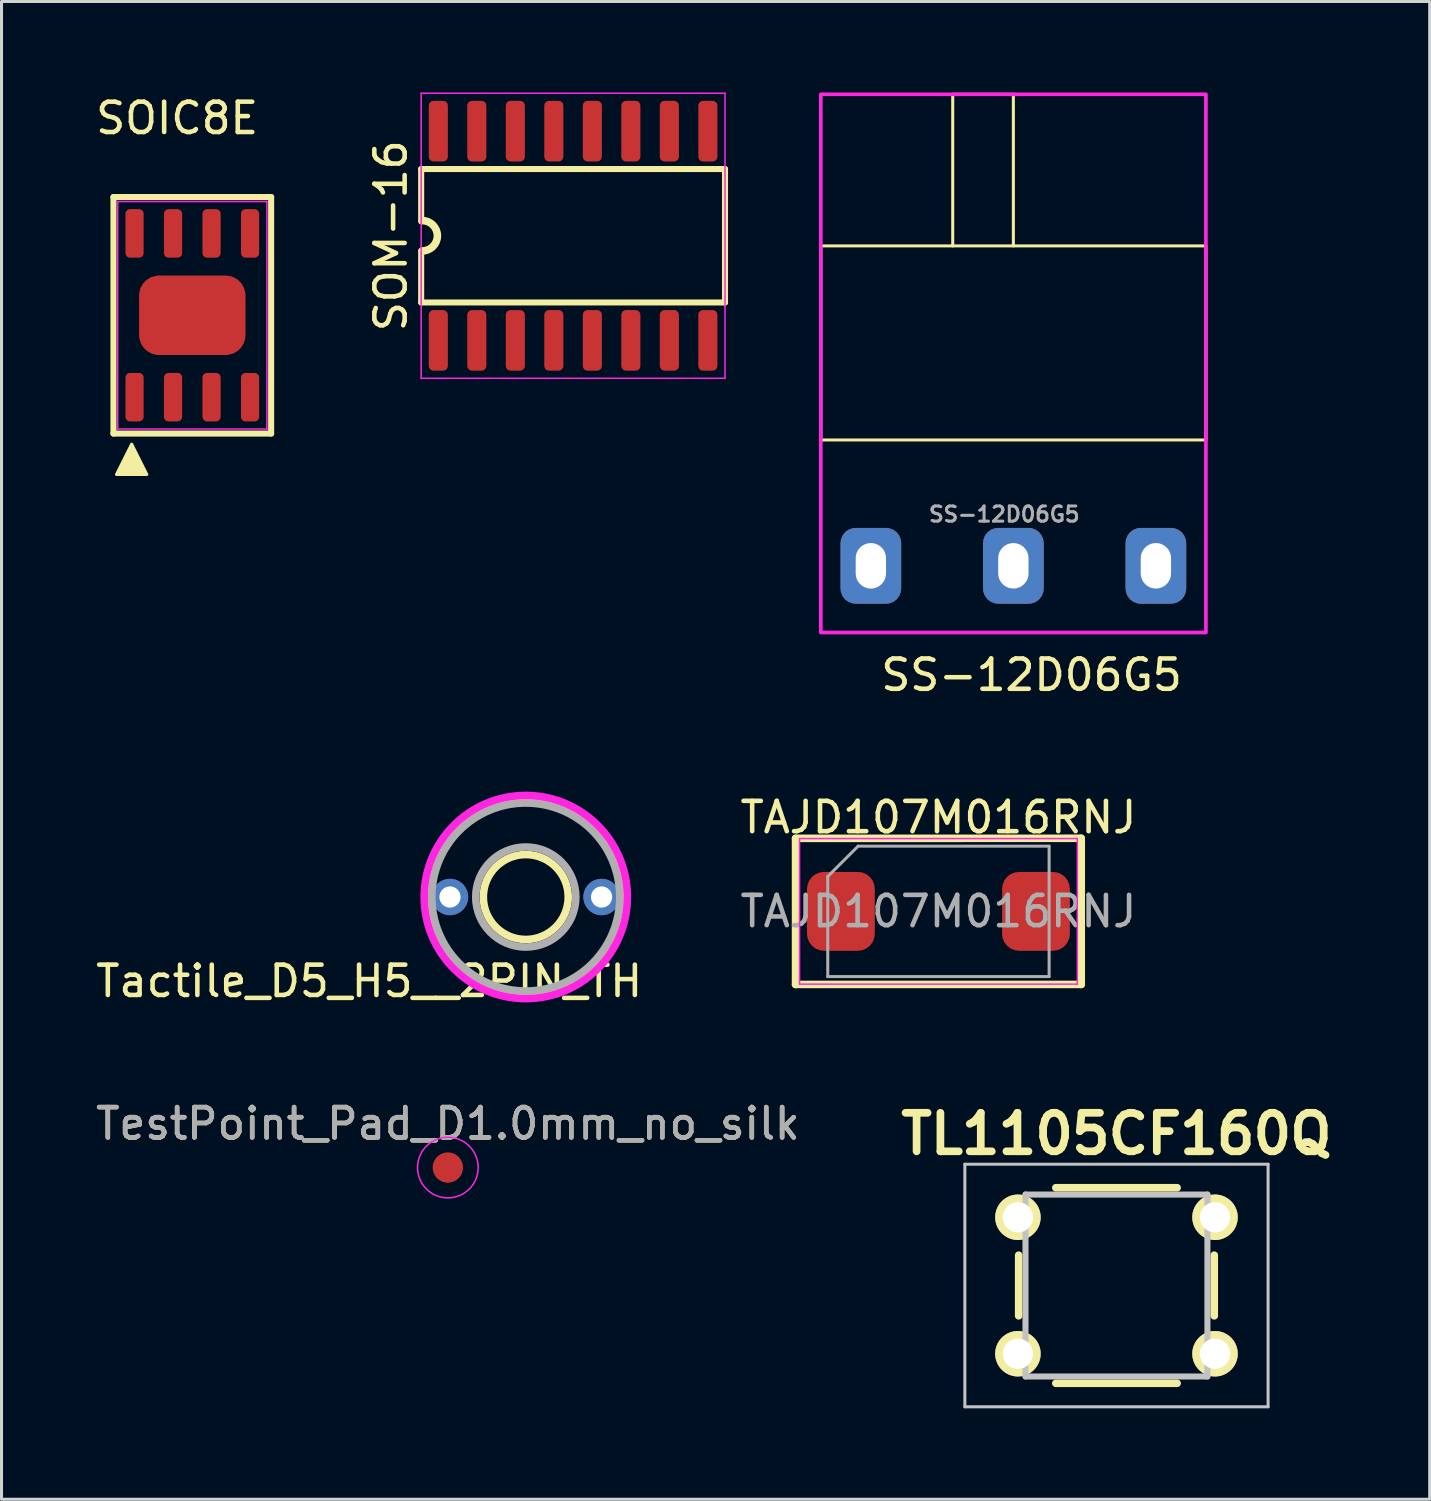
<source format=kicad_pcb>
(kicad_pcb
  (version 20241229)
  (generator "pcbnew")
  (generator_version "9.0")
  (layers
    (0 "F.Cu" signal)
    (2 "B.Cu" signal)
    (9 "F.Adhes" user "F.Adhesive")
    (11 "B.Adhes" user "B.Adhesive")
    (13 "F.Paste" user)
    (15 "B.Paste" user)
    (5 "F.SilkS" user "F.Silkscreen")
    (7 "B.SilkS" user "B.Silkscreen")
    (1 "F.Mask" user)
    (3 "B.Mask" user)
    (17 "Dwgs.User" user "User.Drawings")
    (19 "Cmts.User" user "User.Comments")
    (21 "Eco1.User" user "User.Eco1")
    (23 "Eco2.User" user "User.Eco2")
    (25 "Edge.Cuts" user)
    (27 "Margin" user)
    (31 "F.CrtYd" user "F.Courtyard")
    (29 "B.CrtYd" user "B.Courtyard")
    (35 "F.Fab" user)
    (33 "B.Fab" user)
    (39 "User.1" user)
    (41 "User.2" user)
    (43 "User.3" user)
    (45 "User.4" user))
  (footprint "SOM-16"
    (layer "F.Cu")
    (at 15.85 4.725)
    (property "Reference" "SOM-16" (at -6.01 0 90) (layer "F.SilkS") (effects (font (size 1 1) (thickness 0.15))))
    (attr smd)
    (fp_line (start -5.01 -2.2) (end -5.01 -0.475) (stroke (width 0.2) (type solid)) (layer "F.SilkS"))
    (fp_line (start -5.01 -2.2) (end 5.01 -2.2) (stroke (width 0.2) (type solid)) (layer "F.SilkS"))
    (fp_line (start -5.01 2.2) (end -5.01 0.5) (stroke (width 0.2) (type solid)) (layer "F.SilkS"))
    (fp_line (start 5.01 -2.2) (end 5.01 2.2) (stroke (width 0.2) (type solid)) (layer "F.SilkS"))
    (fp_line (start 5.01 2.2) (end -5.01 2.2) (stroke (width 0.2) (type solid)) (layer "F.SilkS"))
    (fp_arc (start -4.975 -0.5) (mid -4.475 0) (end -4.975 0.5) (stroke (width 0.25) (type solid)) (layer "F.SilkS"))
    (fp_line (start -5.01 -4.7) (end 5.01 -4.7) (stroke (width 0.05) (type solid)) (layer "F.CrtYd"))
    (fp_line (start -5.01 4.7) (end -5.01 -4.7) (stroke (width 0.05) (type solid)) (layer "F.CrtYd"))
    (fp_line (start 5.01 -4.7) (end 5.01 4.7) (stroke (width 0.05) (type solid)) (layer "F.CrtYd"))
    (fp_line (start 5.01 4.7) (end -5.01 4.7) (stroke (width 0.05) (type solid)) (layer "F.CrtYd"))
    (pad "1" smd roundrect (at -4.445 3.45) (size 0.63 2) (layers "F.Cu" "F.Mask" "F.Paste") (roundrect_rratio 0.25))
    (pad "2" smd roundrect (at -3.175 3.45) (size 0.63 2) (layers "F.Cu" "F.Mask" "F.Paste") (roundrect_rratio 0.25))
    (pad "3" smd roundrect (at -1.905 3.45) (size 0.63 2) (layers "F.Cu" "F.Mask" "F.Paste") (roundrect_rratio 0.25))
    (pad "4" smd roundrect (at -0.635 3.45) (size 0.63 2) (layers "F.Cu" "F.Mask" "F.Paste") (roundrect_rratio 0.25))
    (pad "5" smd roundrect (at 0.635 3.45) (size 0.63 2) (layers "F.Cu" "F.Mask" "F.Paste") (roundrect_rratio 0.25))
    (pad "6" smd roundrect (at 1.905 3.45) (size 0.63 2) (layers "F.Cu" "F.Mask" "F.Paste") (roundrect_rratio 0.25))
    (pad "7" smd roundrect (at 3.175 3.45) (size 0.63 2) (layers "F.Cu" "F.Mask" "F.Paste") (roundrect_rratio 0.25))
    (pad "8" smd roundrect (at 4.445 3.45) (size 0.63 2) (layers "F.Cu" "F.Mask" "F.Paste") (roundrect_rratio 0.25))
    (pad "9" smd roundrect (at 4.445 -3.45) (size 0.63 2) (layers "F.Cu" "F.Mask" "F.Paste") (roundrect_rratio 0.25))
    (pad "10" smd roundrect (at 3.175 -3.45) (size 0.63 2) (layers "F.Cu" "F.Mask" "F.Paste") (roundrect_rratio 0.25))
    (pad "11" smd roundrect (at 1.905 -3.45) (size 0.63 2) (layers "F.Cu" "F.Mask" "F.Paste") (roundrect_rratio 0.25))
    (pad "12" smd roundrect (at 0.635 -3.45) (size 0.63 2) (layers "F.Cu" "F.Mask" "F.Paste") (roundrect_rratio 0.25))
    (pad "13" smd roundrect (at -0.635 -3.45) (size 0.63 2) (layers "F.Cu" "F.Mask" "F.Paste") (roundrect_rratio 0.25))
    (pad "14" smd roundrect (at -1.905 -3.45) (size 0.63 2) (layers "F.Cu" "F.Mask" "F.Paste") (roundrect_rratio 0.25))
    (pad "15" smd roundrect (at -3.175 -3.45) (size 0.63 2) (layers "F.Cu" "F.Mask" "F.Paste") (roundrect_rratio 0.25))
    (pad "16" smd roundrect (at -4.445 -3.45) (size 0.63 2) (layers "F.Cu" "F.Mask" "F.Paste") (roundrect_rratio 0.25)))
  (footprint "Tactile_D5_H5__2PIN_TH"
    (layer "F.Cu")
    (at 14.29 26.533)
    (property "Reference" "Tactile_D5_H5__2PIN_TH" (at -5.165 2.775 0) (layer "F.SilkS") (effects (font (size 1 1) (thickness 0.15))))
    (attr through_hole)
    (fp_circle (center 0 0) (end 1.4 0) (stroke (width 0.25) (type solid)) (fill no) (layer "F.SilkS"))
    (fp_circle (center 0.005 0) (end 0 -3.225) (stroke (width 0.25) (type solid)) (fill no) (layer "F.SilkS"))
    (fp_circle (center 0 0) (end 0 -3.35) (stroke (width 0.25) (type solid)) (fill no) (layer "F.CrtYd"))
    (fp_circle (center 0 0) (end 1.65 0) (stroke (width 0.25) (type solid)) (fill no) (layer "F.Fab"))
    (fp_circle (center 0 0) (end 3.1 0) (stroke (width 0.25) (type solid)) (fill no) (layer "F.Fab"))
    (pad "1" thru_hole circle (at -2.5 0) (size 1.2 1.2) (drill 0.7) (layers "*.Cu" "*.Mask"))
    (pad "2" thru_hole circle (at 2.5 0) (size 1.2 1.2) (drill 0.7) (layers "*.Cu" "*.Mask")))
  (footprint "TestPoint_Pad_D1.0mm_no_silk"
    (layer "F.Cu")
    (at 11.72 35.455)
    (property "Reference" "TestPoint_Pad_D1.0mm_no_silk" (at 0 -1.448 0) (layer "F.SilkS") (effects (font (size 1 1) (thickness 0.15))))
    (attr exclude_from_pos_files exclude_from_bom)
    (fp_circle (center 0 0) (end 1 0) (stroke (width 0.05) (type solid)) (fill no) (layer "F.CrtYd"))
    (fp_text user "${REFERENCE}" (at 0 -1.45 0) (layer "F.Fab") (effects (font (size 1 1) (thickness 0.15))))
    (pad "1" smd circle (at 0 0) (size 1 1) (layers "F.Cu" "F.Mask")))
  (footprint "SS-12D06G5"
    (layer "F.Cu")
    (at 30.37 15.61)
    (property "Reference" "SS-12D06G5" (at 0.6 3.6 180) (layer "F.SilkS") (effects (font (size 1 1) (thickness 0.15))))
    (attr through_hole)
    (fp_line (start -2 -15.55) (end 0 -15.55) (stroke (width 0.1) (type solid)) (layer "F.SilkS"))
    (fp_line (start -2 -10.55) (end -2 -15.55) (stroke (width 0.1) (type solid)) (layer "F.SilkS"))
    (fp_line (start 0 -15.55) (end 0 -10.55) (stroke (width 0.1) (type solid)) (layer "F.SilkS"))
    (fp_rect (start -6.35 -10.55) (end 6.35 -4.15) (stroke (width 0.1) (type solid)) (fill no) (layer "F.SilkS"))
    (fp_rect (start -6.35 -15.55) (end 6.35 2.2) (stroke (width 0.12) (type default)) (fill no) (layer "F.CrtYd"))
    (fp_text user "${REFERENCE}" (at -0.3 -1.7 180) (layer "F.Fab") (effects (font (size 0.5 0.5) (thickness 0.1))))
    (pad "1" thru_hole roundrect (at 4.7 0 180) (size 2 2.5) (drill oval 1 1.5) (layers "*.Cu" "*.Mask") (roundrect_rratio 0.25))
    (pad "2" thru_hole roundrect (at 0 0 180) (size 2 2.5) (drill oval 1 1.5) (layers "*.Cu" "*.Mask") (roundrect_rratio 0.25))
    (pad "3" thru_hole roundrect (at -4.7 0 180) (size 2 2.5) (drill oval 1 1.5) (layers "*.Cu" "*.Mask") (roundrect_rratio 0.25)))
  (footprint "SOIC8E"
    (layer "F.Cu")
    (at 3.292 7.348)
    (property "Reference" "SOIC8E" (at -0.5 -6.5 180) (layer "F.SilkS") (effects (font (size 1 1) (thickness 0.15))))
    (attr smd)
    (fp_line (start -2.6 -3.9) (end 2.6 -3.9) (stroke (width 0.2) (type solid)) (layer "F.SilkS"))
    (fp_line (start -2.6 3.9) (end -2.6 -3.9) (stroke (width 0.2) (type solid)) (layer "F.SilkS"))
    (fp_line (start 2.6 -3.9) (end 2.6 3.9) (stroke (width 0.2) (type solid)) (layer "F.SilkS"))
    (fp_line (start 2.6 3.9) (end -2.6 3.9) (stroke (width 0.2) (type solid)) (layer "F.SilkS"))
    (fp_poly (pts (xy -1.5 5.25) (xy -2.5 5.25) (xy -2 4.25)) (stroke (width 0.1) (type solid)) (fill yes) (layer "F.SilkS"))
    (fp_line (start -2.46 -3.75) (end 2.46 -3.75) (stroke (width 0.05) (type solid)) (layer "F.CrtYd"))
    (fp_line (start -2.46 3.75) (end -2.46 -3.75) (stroke (width 0.05) (type solid)) (layer "F.CrtYd"))
    (fp_line (start 2.46 -3.75) (end 2.46 3.75) (stroke (width 0.05) (type solid)) (layer "F.CrtYd"))
    (fp_line (start 2.46 3.75) (end -2.46 3.75) (stroke (width 0.05) (type solid)) (layer "F.CrtYd"))
    (pad "1" smd roundrect (at -1.905 2.7) (size 0.6 1.6) (layers "F.Cu" "F.Mask" "F.Paste") (roundrect_rratio 0.25))
    (pad "2" smd roundrect (at -0.635 2.7) (size 0.6 1.6) (layers "F.Cu" "F.Mask" "F.Paste") (roundrect_rratio 0.25))
    (pad "3" smd roundrect (at 0.635 2.7) (size 0.6 1.6) (layers "F.Cu" "F.Mask" "F.Paste") (roundrect_rratio 0.25))
    (pad "4" smd roundrect (at 0 0) (size 3.51 2.62) (layers "F.Cu" "F.Mask" "F.Paste") (roundrect_rratio 0.25))
    (pad "4" smd roundrect (at 1.905 2.7) (size 0.6 1.6) (layers "F.Cu" "F.Mask" "F.Paste") (roundrect_rratio 0.25))
    (pad "5" smd roundrect (at 1.905 -2.7) (size 0.6 1.6) (layers "F.Cu" "F.Mask" "F.Paste") (roundrect_rratio 0.25))
    (pad "6" smd roundrect (at 0.635 -2.7) (size 0.6 1.6) (layers "F.Cu" "F.Mask" "F.Paste") (roundrect_rratio 0.25))
    (pad "7" smd roundrect (at -0.635 -2.7) (size 0.6 1.6) (layers "F.Cu" "F.Mask" "F.Paste") (roundrect_rratio 0.25))
    (pad "8" smd roundrect (at -1.905 -2.7) (size 0.6 1.6) (layers "F.Cu" "F.Mask" "F.Paste") (roundrect_rratio 0.25)))
  (footprint "TL1105CF160Q"
    (layer "F.Cu")
    (at 33.77 39.345)
    (property "Reference" "TL1105CF160Q" (at 0 -5 0) (layer "F.SilkS") (effects (font (size 1.27 1.27) (thickness 0.254))))
    (attr through_hole)
    (fp_line (start -3.225 1) (end -3.225 -1) (stroke (width 0.25) (type solid)) (layer "F.SilkS"))
    (fp_line (start -2 -3.225) (end 2 -3.225) (stroke (width 0.25) (type solid)) (layer "F.SilkS"))
    (fp_line (start -2 3.225) (end 2 3.225) (stroke (width 0.25) (type solid)) (layer "F.SilkS"))
    (fp_line (start 3.225 1) (end 3.225 -1) (stroke (width 0.25) (type solid)) (layer "F.SilkS"))
    (fp_line (start -5 -4) (end 5 -4) (stroke (width 0.1) (type solid)) (layer "Dwgs.User"))
    (fp_line (start -5 4) (end -5 -4) (stroke (width 0.1) (type solid)) (layer "Dwgs.User"))
    (fp_line (start -3 -3) (end 3 -3) (stroke (width 0.2) (type solid)) (layer "Dwgs.User"))
    (fp_line (start -3 3) (end -3 -3) (stroke (width 0.2) (type solid)) (layer "Dwgs.User"))
    (fp_line (start 3 -3) (end 3 3) (stroke (width 0.2) (type solid)) (layer "Dwgs.User"))
    (fp_line (start 3 3) (end -3 3) (stroke (width 0.2) (type solid)) (layer "Dwgs.User"))
    (fp_line (start 5 -4) (end 5 4) (stroke (width 0.1) (type solid)) (layer "Dwgs.User"))
    (fp_line (start 5 4) (end -5 4) (stroke (width 0.1) (type solid)) (layer "Dwgs.User"))
    (pad "1" thru_hole circle (at -3.25 2.25 90) (size 1.5 1.5) (drill 1) (layers "*.Cu" "*.Mask" "F.SilkS"))
    (pad "2" thru_hole circle (at 3.25 2.25 90) (size 1.5 1.5) (drill 1) (layers "*.Cu" "*.Mask" "F.SilkS"))
    (pad "3" thru_hole circle (at -3.25 -2.25 90) (size 1.5 1.5) (drill 1) (layers "*.Cu" "*.Mask" "F.SilkS"))
    (pad "4" thru_hole circle (at 3.25 -2.25 90) (size 1.5 1.5) (drill 1) (layers "*.Cu" "*.Mask" "F.SilkS")))
  (footprint "TAJD107M016RNJ"
    (layer "F.Cu")
    (at 27.899 27.006)
    (property "Reference" "TAJD107M016RNJ" (at 0 -3.1 0) (layer "F.SilkS") (effects (font (size 1 1) (thickness 0.15))))
    (attr smd)
    (fp_line (start -4.712 -2.408) (end -4.712 2.41) (stroke (width 0.25) (type solid)) (layer "F.SilkS"))
    (fp_line (start -4.712 2.41) (end 4.709 2.41) (stroke (width 0.25) (type solid)) (layer "F.SilkS"))
    (fp_line (start 4.709 -2.41) (end -4.712 -2.408) (stroke (width 0.25) (type solid)) (layer "F.SilkS"))
    (fp_line (start 4.709 -2.41) (end 4.709 2.41) (stroke (width 0.25) (type solid)) (layer "F.SilkS"))
    (fp_line (start -4.58 -2.4) (end 4.58 -2.4) (stroke (width 0.05) (type solid)) (layer "F.CrtYd"))
    (fp_line (start -4.58 2.4) (end -4.58 -2.4) (stroke (width 0.05) (type solid)) (layer "F.CrtYd"))
    (fp_line (start 4.58 -2.4) (end 4.58 2.4) (stroke (width 0.05) (type solid)) (layer "F.CrtYd"))
    (fp_line (start 4.58 2.4) (end -4.58 2.4) (stroke (width 0.05) (type solid)) (layer "F.CrtYd"))
    (fp_line (start -3.65 -1.15) (end -3.65 2.15) (stroke (width 0.1) (type solid)) (layer "F.Fab"))
    (fp_line (start -3.65 2.15) (end 3.65 2.15) (stroke (width 0.1) (type solid)) (layer "F.Fab"))
    (fp_line (start -2.65 -2.15) (end -3.65 -1.15) (stroke (width 0.1) (type solid)) (layer "F.Fab"))
    (fp_line (start 3.65 -2.15) (end -2.65 -2.15) (stroke (width 0.1) (type solid)) (layer "F.Fab"))
    (fp_line (start 3.65 2.15) (end 3.65 -2.15) (stroke (width 0.1) (type solid)) (layer "F.Fab"))
    (fp_text user "${REFERENCE}" (at 0 0 0) (layer "F.Fab") (effects (font (size 1 1) (thickness 0.15))))
    (pad "1" smd roundrect (at -3.217 0) (size 2.235 2.6) (layers "F.Cu" "F.Mask" "F.Paste") (roundrect_rratio 0.25))
    (pad "2" smd roundrect (at 3.217 0) (size 2.235 2.6) (layers "F.Cu" "F.Mask" "F.Paste") (roundrect_rratio 0.25)))
  (gr_rect
    (start -3 -3)
    (end 44.1 46.395)
    (stroke (width 0.1) (type default))
    (fill no)
    (layer "Edge.Cuts")))
</source>
